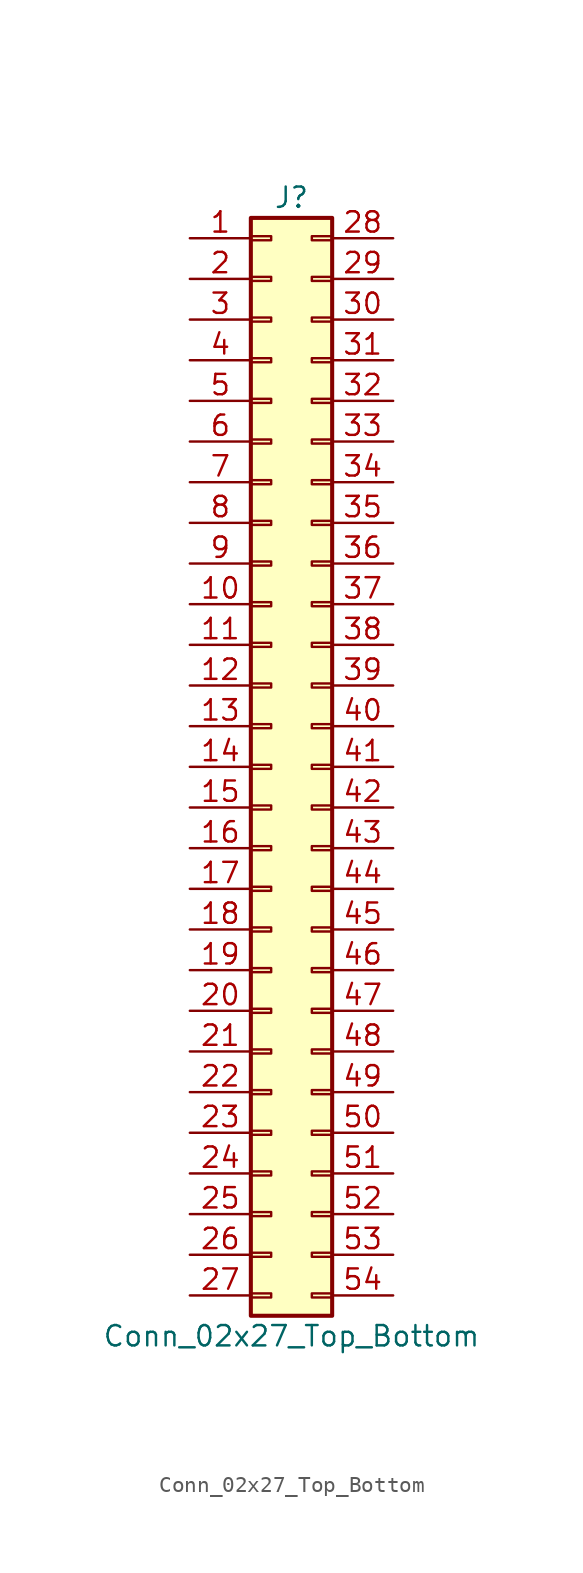
<source format=kicad_sym>
(kicad_symbol_lib
  (version 20201005)
  (generator kicad_symbol_editor)
  (symbol "Connector_Generic:Conn_02x27_Top_Bottom"
    (pin_names
      (offset 1.016) hide)
    (property "Reference" "J"
      (at 1.27 35.56 0)
      (effects (font (size 1.27 1.27))))
    (property "Value" "Conn_02x27_Top_Bottom"
      (at 1.27 -35.56 0)
      (effects (font (size 1.27 1.27))))
    (symbol "Conn_02x27_Top_Bottom_1_1"
      (rectangle (start -1.27 -27.813) (end 0 -28.067) (stroke (width 0.152)) (fill (type none)))
      (rectangle (start -1.27 -30.353) (end 0 -30.607) (stroke (width 0.152)) (fill (type none)))
      (rectangle (start -1.27 -32.893) (end 0 -33.147) (stroke (width 0.152)) (fill (type none)))
      (rectangle (start -1.27 -4.953) (end 0 -5.207) (stroke (width 0.152)) (fill (type none)))
      (rectangle (start -1.27 -7.493) (end 0 -7.747) (stroke (width 0.152)) (fill (type none)))
      (rectangle (start -1.27 -10.033) (end 0 -10.287) (stroke (width 0.152)) (fill (type none)))
      (rectangle (start -1.27 -12.573) (end 0 -12.827) (stroke (width 0.152)) (fill (type none)))
      (rectangle (start -1.27 -15.113) (end 0 -15.367) (stroke (width 0.152)) (fill (type none)))
      (rectangle (start -1.27 -17.653) (end 0 -17.907) (stroke (width 0.152)) (fill (type none)))
      (rectangle (start -1.27 -20.193) (end 0 -20.447) (stroke (width 0.152)) (fill (type none)))
      (rectangle (start -1.27 -22.733) (end 0 -22.987) (stroke (width 0.152)) (fill (type none)))
      (rectangle (start -1.27 -2.413) (end 0 -2.667) (stroke (width 0.152)) (fill (type none)))
      (rectangle (start -1.27 -25.273) (end 0 -25.527) (stroke (width 0.152)) (fill (type none)))
      (rectangle (start -1.27 25.527) (end 0 25.273) (stroke (width 0.152)) (fill (type none)))
      (rectangle (start -1.27 2.667) (end 0 2.413) (stroke (width 0.152)) (fill (type none)))
      (rectangle (start -1.27 28.067) (end 0 27.813) (stroke (width 0.152)) (fill (type none)))
      (rectangle (start -1.27 30.607) (end 0 30.353) (stroke (width 0.152)) (fill (type none)))
      (rectangle (start -1.27 33.147) (end 0 32.893) (stroke (width 0.152)) (fill (type none)))
      (rectangle (start -1.27 34.29) (end 3.81 -34.29) (stroke (width 0.254)) (fill (type background)))
      (rectangle (start -1.27 5.207) (end 0 4.953) (stroke (width 0.152)) (fill (type none)))
      (rectangle (start -1.27 7.747) (end 0 7.493) (stroke (width 0.152)) (fill (type none)))
      (rectangle (start -1.27 10.287) (end 0 10.033) (stroke (width 0.152)) (fill (type none)))
      (rectangle (start -1.27 0.127) (end 0 -0.127) (stroke (width 0.152)) (fill (type none)))
      (rectangle (start -1.27 12.827) (end 0 12.573) (stroke (width 0.152)) (fill (type none)))
      (rectangle (start -1.27 15.367) (end 0 15.113) (stroke (width 0.152)) (fill (type none)))
      (rectangle (start -1.27 17.907) (end 0 17.653) (stroke (width 0.152)) (fill (type none)))
      (rectangle (start -1.27 20.447) (end 0 20.193) (stroke (width 0.152)) (fill (type none)))
      (rectangle (start -1.27 22.987) (end 0 22.733) (stroke (width 0.152)) (fill (type none)))
      (rectangle (start 3.81 -27.813) (end 2.54 -28.067) (stroke (width 0.152)) (fill (type none)))
      (rectangle (start 3.81 -30.353) (end 2.54 -30.607) (stroke (width 0.152)) (fill (type none)))
      (rectangle (start 3.81 -32.893) (end 2.54 -33.147) (stroke (width 0.152)) (fill (type none)))
      (rectangle (start 3.81 -4.953) (end 2.54 -5.207) (stroke (width 0.152)) (fill (type none)))
      (rectangle (start 3.81 -7.493) (end 2.54 -7.747) (stroke (width 0.152)) (fill (type none)))
      (rectangle (start 3.81 -10.033) (end 2.54 -10.287) (stroke (width 0.152)) (fill (type none)))
      (rectangle (start 3.81 -12.573) (end 2.54 -12.827) (stroke (width 0.152)) (fill (type none)))
      (rectangle (start 3.81 -15.113) (end 2.54 -15.367) (stroke (width 0.152)) (fill (type none)))
      (rectangle (start 3.81 -17.653) (end 2.54 -17.907) (stroke (width 0.152)) (fill (type none)))
      (rectangle (start 3.81 -20.193) (end 2.54 -20.447) (stroke (width 0.152)) (fill (type none)))
      (rectangle (start 3.81 -22.733) (end 2.54 -22.987) (stroke (width 0.152)) (fill (type none)))
      (rectangle (start 3.81 -2.413) (end 2.54 -2.667) (stroke (width 0.152)) (fill (type none)))
      (rectangle (start 3.81 -25.273) (end 2.54 -25.527) (stroke (width 0.152)) (fill (type none)))
      (rectangle (start 3.81 25.527) (end 2.54 25.273) (stroke (width 0.152)) (fill (type none)))
      (rectangle (start 3.81 2.667) (end 2.54 2.413) (stroke (width 0.152)) (fill (type none)))
      (rectangle (start 3.81 28.067) (end 2.54 27.813) (stroke (width 0.152)) (fill (type none)))
      (rectangle (start 3.81 30.607) (end 2.54 30.353) (stroke (width 0.152)) (fill (type none)))
      (rectangle (start 3.81 33.147) (end 2.54 32.893) (stroke (width 0.152)) (fill (type none)))
      (rectangle (start 3.81 5.207) (end 2.54 4.953) (stroke (width 0.152)) (fill (type none)))
      (rectangle (start 3.81 7.747) (end 2.54 7.493) (stroke (width 0.152)) (fill (type none)))
      (rectangle (start 3.81 10.287) (end 2.54 10.033) (stroke (width 0.152)) (fill (type none)))
      (rectangle (start 3.81 0.127) (end 2.54 -0.127) (stroke (width 0.152)) (fill (type none)))
      (rectangle (start 3.81 12.827) (end 2.54 12.573) (stroke (width 0.152)) (fill (type none)))
      (rectangle (start 3.81 15.367) (end 2.54 15.113) (stroke (width 0.152)) (fill (type none)))
      (rectangle (start 3.81 17.907) (end 2.54 17.653) (stroke (width 0.152)) (fill (type none)))
      (rectangle (start 3.81 20.447) (end 2.54 20.193) (stroke (width 0.152)) (fill (type none)))
      (rectangle (start 3.81 22.987) (end 2.54 22.733) (stroke (width 0.152)) (fill (type none)))
      (pin passive line (at -5.08 33.02 0) (length 3.81) (name "Pin_1" (effects (font (size 1.27 1.27)))) (number "1" (effects (font (size 1.27 1.27)))))
      (pin passive line (at -5.08 10.16 0) (length 3.81) (name "Pin_10" (effects (font (size 1.27 1.27)))) (number "10" (effects (font (size 1.27 1.27)))))
      (pin passive line (at -5.08 7.62 0) (length 3.81) (name "Pin_11" (effects (font (size 1.27 1.27)))) (number "11" (effects (font (size 1.27 1.27)))))
      (pin passive line (at -5.08 5.08 0) (length 3.81) (name "Pin_12" (effects (font (size 1.27 1.27)))) (number "12" (effects (font (size 1.27 1.27)))))
      (pin passive line (at -5.08 2.54 0) (length 3.81) (name "Pin_13" (effects (font (size 1.27 1.27)))) (number "13" (effects (font (size 1.27 1.27)))))
      (pin passive line (at -5.08 0 0) (length 3.81) (name "Pin_14" (effects (font (size 1.27 1.27)))) (number "14" (effects (font (size 1.27 1.27)))))
      (pin passive line (at -5.08 -2.54 0) (length 3.81) (name "Pin_15" (effects (font (size 1.27 1.27)))) (number "15" (effects (font (size 1.27 1.27)))))
      (pin passive line (at -5.08 -5.08 0) (length 3.81) (name "Pin_16" (effects (font (size 1.27 1.27)))) (number "16" (effects (font (size 1.27 1.27)))))
      (pin passive line (at -5.08 -7.62 0) (length 3.81) (name "Pin_17" (effects (font (size 1.27 1.27)))) (number "17" (effects (font (size 1.27 1.27)))))
      (pin passive line (at -5.08 -10.16 0) (length 3.81) (name "Pin_18" (effects (font (size 1.27 1.27)))) (number "18" (effects (font (size 1.27 1.27)))))
      (pin passive line (at -5.08 -12.7 0) (length 3.81) (name "Pin_19" (effects (font (size 1.27 1.27)))) (number "19" (effects (font (size 1.27 1.27)))))
      (pin passive line (at -5.08 30.48 0) (length 3.81) (name "Pin_2" (effects (font (size 1.27 1.27)))) (number "2" (effects (font (size 1.27 1.27)))))
      (pin passive line (at -5.08 -15.24 0) (length 3.81) (name "Pin_20" (effects (font (size 1.27 1.27)))) (number "20" (effects (font (size 1.27 1.27)))))
      (pin passive line (at -5.08 -17.78 0) (length 3.81) (name "Pin_21" (effects (font (size 1.27 1.27)))) (number "21" (effects (font (size 1.27 1.27)))))
      (pin passive line (at -5.08 -20.32 0) (length 3.81) (name "Pin_22" (effects (font (size 1.27 1.27)))) (number "22" (effects (font (size 1.27 1.27)))))
      (pin passive line (at -5.08 -22.86 0) (length 3.81) (name "Pin_23" (effects (font (size 1.27 1.27)))) (number "23" (effects (font (size 1.27 1.27)))))
      (pin passive line (at -5.08 -25.4 0) (length 3.81) (name "Pin_24" (effects (font (size 1.27 1.27)))) (number "24" (effects (font (size 1.27 1.27)))))
      (pin passive line (at -5.08 -27.94 0) (length 3.81) (name "Pin_25" (effects (font (size 1.27 1.27)))) (number "25" (effects (font (size 1.27 1.27)))))
      (pin passive line (at -5.08 -30.48 0) (length 3.81) (name "Pin_26" (effects (font (size 1.27 1.27)))) (number "26" (effects (font (size 1.27 1.27)))))
      (pin passive line (at -5.08 -33.02 0) (length 3.81) (name "Pin_27" (effects (font (size 1.27 1.27)))) (number "27" (effects (font (size 1.27 1.27)))))
      (pin passive line (at 7.62 33.02 180) (length 3.81) (name "Pin_28" (effects (font (size 1.27 1.27)))) (number "28" (effects (font (size 1.27 1.27)))))
      (pin passive line (at 7.62 30.48 180) (length 3.81) (name "Pin_29" (effects (font (size 1.27 1.27)))) (number "29" (effects (font (size 1.27 1.27)))))
      (pin passive line (at -5.08 27.94 0) (length 3.81) (name "Pin_3" (effects (font (size 1.27 1.27)))) (number "3" (effects (font (size 1.27 1.27)))))
      (pin passive line (at 7.62 27.94 180) (length 3.81) (name "Pin_30" (effects (font (size 1.27 1.27)))) (number "30" (effects (font (size 1.27 1.27)))))
      (pin passive line (at 7.62 25.4 180) (length 3.81) (name "Pin_31" (effects (font (size 1.27 1.27)))) (number "31" (effects (font (size 1.27 1.27)))))
      (pin passive line (at 7.62 22.86 180) (length 3.81) (name "Pin_32" (effects (font (size 1.27 1.27)))) (number "32" (effects (font (size 1.27 1.27)))))
      (pin passive line (at 7.62 20.32 180) (length 3.81) (name "Pin_33" (effects (font (size 1.27 1.27)))) (number "33" (effects (font (size 1.27 1.27)))))
      (pin passive line (at 7.62 17.78 180) (length 3.81) (name "Pin_34" (effects (font (size 1.27 1.27)))) (number "34" (effects (font (size 1.27 1.27)))))
      (pin passive line (at 7.62 15.24 180) (length 3.81) (name "Pin_35" (effects (font (size 1.27 1.27)))) (number "35" (effects (font (size 1.27 1.27)))))
      (pin passive line (at 7.62 12.7 180) (length 3.81) (name "Pin_36" (effects (font (size 1.27 1.27)))) (number "36" (effects (font (size 1.27 1.27)))))
      (pin passive line (at 7.62 10.16 180) (length 3.81) (name "Pin_37" (effects (font (size 1.27 1.27)))) (number "37" (effects (font (size 1.27 1.27)))))
      (pin passive line (at 7.62 7.62 180) (length 3.81) (name "Pin_38" (effects (font (size 1.27 1.27)))) (number "38" (effects (font (size 1.27 1.27)))))
      (pin passive line (at 7.62 5.08 180) (length 3.81) (name "Pin_39" (effects (font (size 1.27 1.27)))) (number "39" (effects (font (size 1.27 1.27)))))
      (pin passive line (at -5.08 25.4 0) (length 3.81) (name "Pin_4" (effects (font (size 1.27 1.27)))) (number "4" (effects (font (size 1.27 1.27)))))
      (pin passive line (at 7.62 2.54 180) (length 3.81) (name "Pin_40" (effects (font (size 1.27 1.27)))) (number "40" (effects (font (size 1.27 1.27)))))
      (pin passive line (at 7.62 0 180) (length 3.81) (name "Pin_41" (effects (font (size 1.27 1.27)))) (number "41" (effects (font (size 1.27 1.27)))))
      (pin passive line (at 7.62 -2.54 180) (length 3.81) (name "Pin_42" (effects (font (size 1.27 1.27)))) (number "42" (effects (font (size 1.27 1.27)))))
      (pin passive line (at 7.62 -5.08 180) (length 3.81) (name "Pin_43" (effects (font (size 1.27 1.27)))) (number "43" (effects (font (size 1.27 1.27)))))
      (pin passive line (at 7.62 -7.62 180) (length 3.81) (name "Pin_44" (effects (font (size 1.27 1.27)))) (number "44" (effects (font (size 1.27 1.27)))))
      (pin passive line (at 7.62 -10.16 180) (length 3.81) (name "Pin_45" (effects (font (size 1.27 1.27)))) (number "45" (effects (font (size 1.27 1.27)))))
      (pin passive line (at 7.62 -12.7 180) (length 3.81) (name "Pin_46" (effects (font (size 1.27 1.27)))) (number "46" (effects (font (size 1.27 1.27)))))
      (pin passive line (at 7.62 -15.24 180) (length 3.81) (name "Pin_47" (effects (font (size 1.27 1.27)))) (number "47" (effects (font (size 1.27 1.27)))))
      (pin passive line (at 7.62 -17.78 180) (length 3.81) (name "Pin_48" (effects (font (size 1.27 1.27)))) (number "48" (effects (font (size 1.27 1.27)))))
      (pin passive line (at 7.62 -20.32 180) (length 3.81) (name "Pin_49" (effects (font (size 1.27 1.27)))) (number "49" (effects (font (size 1.27 1.27)))))
      (pin passive line (at -5.08 22.86 0) (length 3.81) (name "Pin_5" (effects (font (size 1.27 1.27)))) (number "5" (effects (font (size 1.27 1.27)))))
      (pin passive line (at 7.62 -22.86 180) (length 3.81) (name "Pin_50" (effects (font (size 1.27 1.27)))) (number "50" (effects (font (size 1.27 1.27)))))
      (pin passive line (at 7.62 -25.4 180) (length 3.81) (name "Pin_51" (effects (font (size 1.27 1.27)))) (number "51" (effects (font (size 1.27 1.27)))))
      (pin passive line (at 7.62 -27.94 180) (length 3.81) (name "Pin_52" (effects (font (size 1.27 1.27)))) (number "52" (effects (font (size 1.27 1.27)))))
      (pin passive line (at 7.62 -30.48 180) (length 3.81) (name "Pin_53" (effects (font (size 1.27 1.27)))) (number "53" (effects (font (size 1.27 1.27)))))
      (pin passive line (at 7.62 -33.02 180) (length 3.81) (name "Pin_54" (effects (font (size 1.27 1.27)))) (number "54" (effects (font (size 1.27 1.27)))))
      (pin passive line (at -5.08 20.32 0) (length 3.81) (name "Pin_6" (effects (font (size 1.27 1.27)))) (number "6" (effects (font (size 1.27 1.27)))))
      (pin passive line (at -5.08 17.78 0) (length 3.81) (name "Pin_7" (effects (font (size 1.27 1.27)))) (number "7" (effects (font (size 1.27 1.27)))))
      (pin passive line (at -5.08 15.24 0) (length 3.81) (name "Pin_8" (effects (font (size 1.27 1.27)))) (number "8" (effects (font (size 1.27 1.27)))))
      (pin passive line (at -5.08 12.7 0) (length 3.81) (name "Pin_9" (effects (font (size 1.27 1.27)))) (number "9" (effects (font (size 1.27 1.27))))))))
</source>
